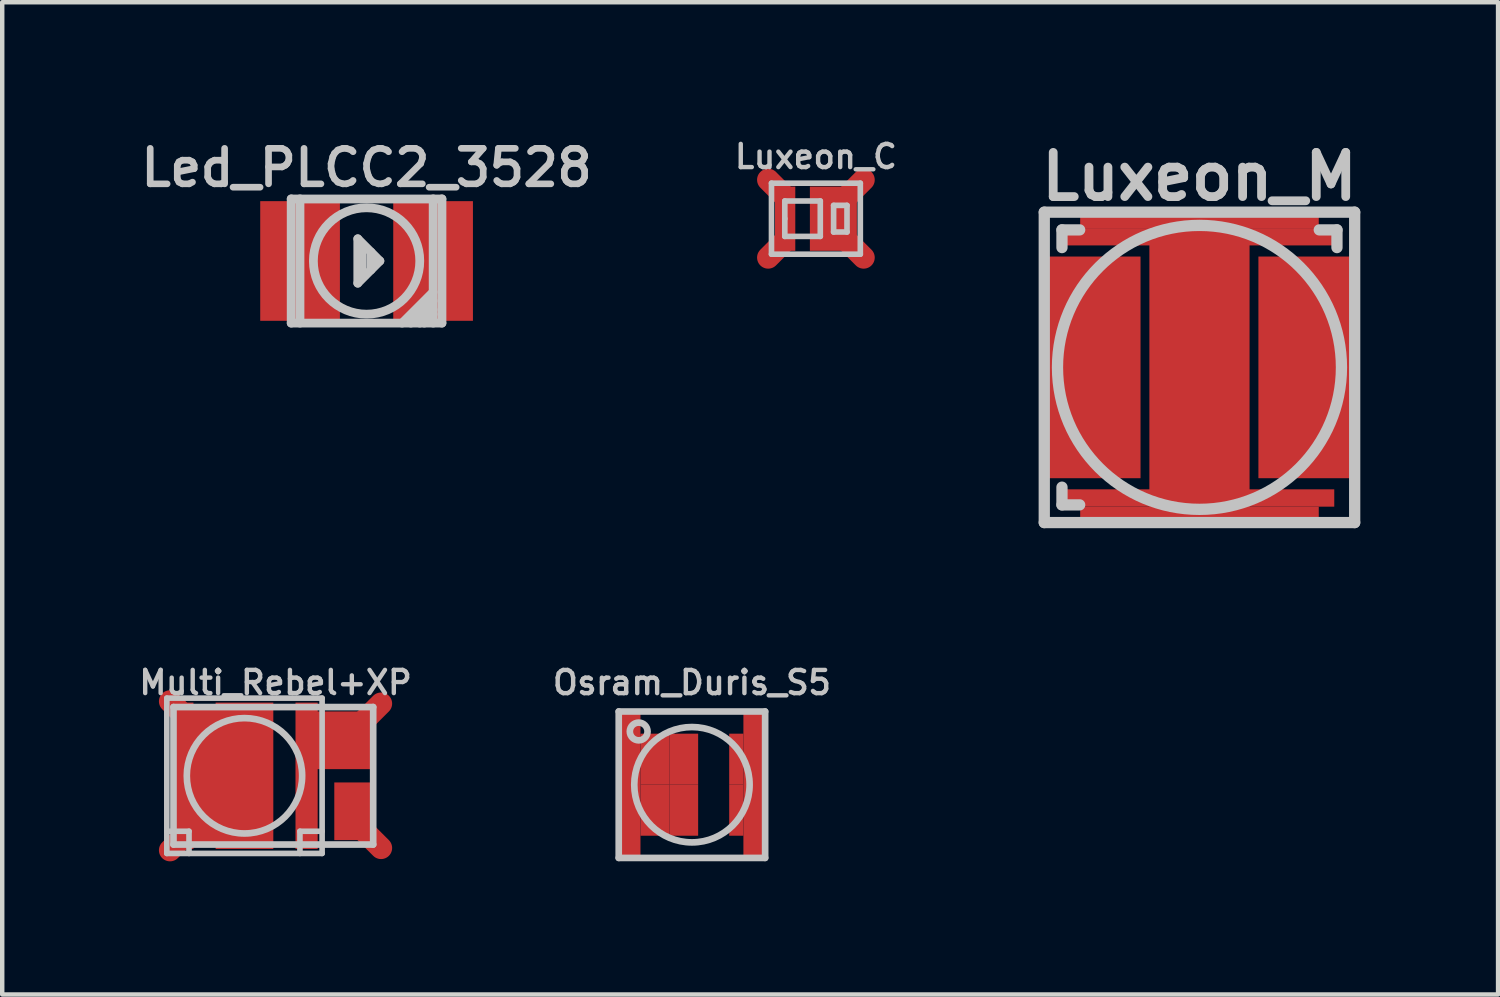
<source format=kicad_pcb>
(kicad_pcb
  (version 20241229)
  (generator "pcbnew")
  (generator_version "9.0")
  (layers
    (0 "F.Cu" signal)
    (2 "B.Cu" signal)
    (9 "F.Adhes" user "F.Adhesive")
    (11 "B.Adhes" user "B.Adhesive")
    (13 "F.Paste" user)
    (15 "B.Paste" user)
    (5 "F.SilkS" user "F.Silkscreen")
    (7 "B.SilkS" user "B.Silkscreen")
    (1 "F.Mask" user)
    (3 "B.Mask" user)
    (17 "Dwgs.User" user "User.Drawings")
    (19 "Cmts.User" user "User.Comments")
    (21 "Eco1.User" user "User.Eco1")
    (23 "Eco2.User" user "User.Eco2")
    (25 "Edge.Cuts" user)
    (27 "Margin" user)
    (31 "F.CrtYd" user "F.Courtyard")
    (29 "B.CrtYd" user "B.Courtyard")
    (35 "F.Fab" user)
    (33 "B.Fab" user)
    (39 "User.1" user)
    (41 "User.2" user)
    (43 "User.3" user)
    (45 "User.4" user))
  (footprint "Led_PLCC2_3528"
    (layer "F.Cu")
    (at 5.212 2.832)
    (property "Reference" "Led_PLCC2_3528" (at 0 -2.101 0) (layer "Dwgs.User") (effects (font (size 0.8 0.8) (thickness 0.15))))
    (attr through_hole)
    (fp_line (start -1.699 -1.4) (end -1.699 1.4) (stroke (width 0.198) (type solid)) (layer "Dwgs.User"))
    (fp_line (start -1.699 1.4) (end 1.699 1.4) (stroke (width 0.198) (type solid)) (layer "Dwgs.User"))
    (fp_line (start -1.501 -1.4) (end -1.501 1.4) (stroke (width 0.198) (type solid)) (layer "Dwgs.User"))
    (fp_line (start -0.198 -0.5) (end -0.198 0.5) (stroke (width 0.198) (type solid)) (layer "Dwgs.User"))
    (fp_line (start -0.198 0.5) (end 0.3 0) (stroke (width 0.198) (type solid)) (layer "Dwgs.User"))
    (fp_line (start -0.099 0.3) (end -0.099 -0.3) (stroke (width 0.198) (type solid)) (layer "Dwgs.User"))
    (fp_line (start 0.099 0.201) (end 0.099 -0.201) (stroke (width 0.198) (type solid)) (layer "Dwgs.User"))
    (fp_line (start 0.3 0) (end -0.198 -0.5) (stroke (width 0.198) (type solid)) (layer "Dwgs.User"))
    (fp_line (start 0.8 1.4) (end 1.499 0.701) (stroke (width 0.198) (type solid)) (layer "Dwgs.User"))
    (fp_line (start 0.998 1.4) (end 1.499 0.899) (stroke (width 0.198) (type solid)) (layer "Dwgs.User"))
    (fp_line (start 1.199 1.4) (end 1.499 1.1) (stroke (width 0.198) (type solid)) (layer "Dwgs.User"))
    (fp_line (start 1.499 1.199) (end 1.3 1.4) (stroke (width 0.198) (type solid)) (layer "Dwgs.User"))
    (fp_line (start 1.501 1.4) (end 1.501 -1.4) (stroke (width 0.198) (type solid)) (layer "Dwgs.User"))
    (fp_line (start 1.699 -1.397) (end -1.699 -1.397) (stroke (width 0.198) (type solid)) (layer "Dwgs.User"))
    (fp_line (start 1.699 1.4) (end 1.699 -1.4) (stroke (width 0.198) (type solid)) (layer "Dwgs.User"))
    (fp_circle (center 0 0) (end -1.199 0) (stroke (width 0.198) (type solid)) (fill no) (layer "Dwgs.User"))
    (pad "1" smd rect (at -1.499 0) (size 1.796 2.697) (layers "F.Cu" "F.Mask" "F.Paste"))
    (pad "2" smd rect (at 1.499 0) (size 1.796 2.697) (layers "F.Cu" "F.Mask" "F.Paste")))
  (footprint "Luxeon_M"
    (layer "F.Cu")
    (at 23.984 5.23)
    (property "Reference" "Luxeon_M" (at 0 -4.3 0) (layer "Dwgs.User") (effects (font (size 0.996 0.996) (thickness 0.198))))
    (attr through_hole)
    (fp_line (start -3.498 -3.498) (end 3.498 -3.498) (stroke (width 0.254) (type solid)) (layer "Dwgs.User"))
    (fp_line (start -3.498 3.498) (end -3.498 -3.498) (stroke (width 0.254) (type solid)) (layer "Dwgs.User"))
    (fp_line (start -3.099 -3.099) (end -2.7 -3.099) (stroke (width 0.254) (type solid)) (layer "Dwgs.User"))
    (fp_line (start -3.099 -2.7) (end -3.099 -3.099) (stroke (width 0.254) (type solid)) (layer "Dwgs.User"))
    (fp_line (start -3.099 3.099) (end -3.099 2.7) (stroke (width 0.254) (type solid)) (layer "Dwgs.User"))
    (fp_line (start -3.099 3.099) (end -2.7 3.099) (stroke (width 0.254) (type solid)) (layer "Dwgs.User"))
    (fp_line (start 3.099 -3.099) (end 2.7 -3.099) (stroke (width 0.254) (type solid)) (layer "Dwgs.User"))
    (fp_line (start 3.099 -3.099) (end 3.099 -2.7) (stroke (width 0.254) (type solid)) (layer "Dwgs.User"))
    (fp_line (start 3.498 -3.498) (end 3.498 3.498) (stroke (width 0.254) (type solid)) (layer "Dwgs.User"))
    (fp_line (start 3.498 3.498) (end -3.498 3.498) (stroke (width 0.254) (type solid)) (layer "Dwgs.User"))
    (fp_circle (center 0 0) (end -3.2 0) (stroke (width 0.254) (type solid)) (fill no) (layer "Dwgs.User"))
    (pad "" smd rect (at -1.603 0) (size 0.546 3.528) (layers "F.Mask" "F.Paste"))
    (pad "" smd rect (at 0 0) (size 2.258 3.528) (layers "F.Mask" "F.Paste"))
    (pad "" smd rect (at 1.603 0) (size 0.546 3.528) (layers "F.Mask" "F.Paste"))
    (pad "1" smd rect (at 2.413 0) (size 2.169 4.996) (layers "F.Cu"))
    (pad "2" smd rect (at -2.413 0) (size 2.169 4.996) (layers "F.Cu"))
    (pad "3" smd rect (at 0 -3.32) (size 5.377 0.361) (layers "F.Cu"))
    (pad "3" smd rect (at 0 -2.944) (size 6.076 0.391) (layers "F.Cu"))
    (pad "3" smd rect (at 0 0) (size 2.258 6.998) (layers "F.Cu"))
    (pad "3" smd rect (at 0 2.944) (size 6.076 0.391) (layers "F.Cu"))
    (pad "3" smd rect (at 0 3.32) (size 5.377 0.361) (layers "F.Cu")))
  (footprint "Multi_Rebel+XP"
    (layer "F.Cu")
    (at 2.46 14.435)
    (property "Reference" "Multi_Rebel+XP" (at 0.701 -2.101 0) (layer "Dwgs.User") (effects (font (size 0.523 0.523) (thickness 0.099))))
    (attr through_hole)
    (fp_line (start -1.75 -1.75) (end -1.75 1.75) (stroke (width 0.127) (type solid)) (layer "Dwgs.User"))
    (fp_line (start -1.75 1.25) (end -1.25 1.25) (stroke (width 0.127) (type solid)) (layer "Dwgs.User"))
    (fp_line (start -1.75 1.75) (end 1.75 1.75) (stroke (width 0.127) (type solid)) (layer "Dwgs.User"))
    (fp_line (start -1.6 -1.549) (end -1.6 1.549) (stroke (width 0.15) (type solid)) (layer "Dwgs.User"))
    (fp_line (start -1.6 1.549) (end 2.901 1.549) (stroke (width 0.15) (type solid)) (layer "Dwgs.User"))
    (fp_line (start -1.25 1.25) (end -1.25 1.75) (stroke (width 0.127) (type solid)) (layer "Dwgs.User"))
    (fp_line (start 1.25 1.25) (end 1.75 1.25) (stroke (width 0.127) (type solid)) (layer "Dwgs.User"))
    (fp_line (start 1.25 1.75) (end 1.25 1.25) (stroke (width 0.127) (type solid)) (layer "Dwgs.User"))
    (fp_line (start 1.75 -1.75) (end -1.75 -1.75) (stroke (width 0.127) (type solid)) (layer "Dwgs.User"))
    (fp_line (start 1.75 1.75) (end 1.75 -1.75) (stroke (width 0.127) (type solid)) (layer "Dwgs.User"))
    (fp_line (start 2.901 -1.549) (end -1.6 -1.549) (stroke (width 0.15) (type solid)) (layer "Dwgs.User"))
    (fp_line (start 2.901 1.549) (end 2.901 -1.549) (stroke (width 0.15) (type solid)) (layer "Dwgs.User"))
    (fp_circle (center 0 0) (end 0 -1.3) (stroke (width 0.15) (type solid)) (fill no) (layer "Dwgs.User"))
    (pad "1" smd rect (at 1.4 0) (size 0.5 3.299) (layers "F.Cu" "F.Mask" "F.Paste"))
    (pad "1" smd rect (at 2.273 -0.8) (size 1.3 1.3) (layers "F.Cu" "F.Mask" "F.Paste"))
    (pad "1" smd oval (at 2.901 -1.45 315) (size 0.5 1.001) (layers "F.Cu" "F.Mask"))
    (pad "2" smd oval (at -1.501 -1.501 45) (size 0.5 1.001) (layers "F.Cu" "F.Mask"))
    (pad "2" smd oval (at -1.501 1.501 315) (size 0.5 1.001) (layers "F.Cu" "F.Mask"))
    (pad "2" smd rect (at -1.4 0) (size 0.5 3.299) (layers "F.Cu" "F.Mask" "F.Paste"))
    (pad "2" smd rect (at -0.899 0) (size 0.599 3) (layers "F.Cu" "F.Mask" "F.Paste"))
    (pad "2" smd rect (at 0 0) (size 1.3 3.299) (layers "F.Cu" "F.Mask" "F.Paste"))
    (pad "2" smd rect (at 2.474 0.8) (size 0.899 1.3) (layers "F.Cu" "F.Mask" "F.Paste"))
    (pad "2" smd oval (at 2.901 1.45 45) (size 0.5 1.001) (layers "F.Cu" "F.Mask")))
  (footprint "Luxeon_C"
    (layer "F.Cu")
    (at 15.339 1.879)
    (property "Reference" "Luxeon_C" (at 0 -1.4 0) (layer "Dwgs.User") (effects (font (size 0.523 0.523) (thickness 0.099))))
    (attr through_hole)
    (fp_line (start -1.001 -0.8) (end 1.001 -0.8) (stroke (width 0.127) (type solid)) (layer "Dwgs.User"))
    (fp_line (start -1.001 0.8) (end -1.001 -0.8) (stroke (width 0.127) (type solid)) (layer "Dwgs.User"))
    (fp_line (start -0.701 -0.399) (end 0.099 -0.399) (stroke (width 0.127) (type solid)) (layer "Dwgs.User"))
    (fp_line (start -0.701 0) (end -0.701 -0.399) (stroke (width 0.127) (type solid)) (layer "Dwgs.User"))
    (fp_line (start -0.701 0.399) (end -0.701 0) (stroke (width 0.127) (type solid)) (layer "Dwgs.User"))
    (fp_line (start 0.099 -0.399) (end 0.099 0.399) (stroke (width 0.127) (type solid)) (layer "Dwgs.User"))
    (fp_line (start 0.099 0.399) (end -0.701 0.399) (stroke (width 0.127) (type solid)) (layer "Dwgs.User"))
    (fp_line (start 0.399 -0.3) (end 0.701 -0.3) (stroke (width 0.127) (type solid)) (layer "Dwgs.User"))
    (fp_line (start 0.399 0.3) (end 0.399 -0.3) (stroke (width 0.127) (type solid)) (layer "Dwgs.User"))
    (fp_line (start 0.701 -0.3) (end 0.701 0.3) (stroke (width 0.127) (type solid)) (layer "Dwgs.User"))
    (fp_line (start 0.701 0.3) (end 0.399 0.3) (stroke (width 0.127) (type solid)) (layer "Dwgs.User"))
    (fp_line (start 1.001 -0.8) (end 1.001 0.8) (stroke (width 0.127) (type solid)) (layer "Dwgs.User"))
    (fp_line (start 1.001 0.8) (end -1.001 0.8) (stroke (width 0.127) (type solid)) (layer "Dwgs.User"))
    (pad "1" smd rect (at 0.394 0) (size 1.059 1.448) (layers "F.Cu" "F.Mask" "F.Paste"))
    (pad "1" smd oval (at 0.899 -0.699 315) (size 0.5 1.001) (layers "F.Cu" "F.Mask"))
    (pad "1" smd oval (at 0.899 0.699 45) (size 0.5 1.001) (layers "F.Cu" "F.Mask"))
    (pad "2" smd oval (at -0.899 -0.699 45) (size 0.5 1.001) (layers "F.Cu" "F.Mask"))
    (pad "2" smd oval (at -0.899 0.699 315) (size 0.5 1.001) (layers "F.Cu" "F.Mask"))
    (pad "2" smd rect (at -0.693 0) (size 0.457 1.448) (layers "F.Cu" "F.Mask" "F.Paste")))
  (footprint "Osram_Duris_S5"
    (layer "F.Cu")
    (at 12.545 14.636)
    (property "Reference" "Osram_Duris_S5" (at 0 -2.301 0) (layer "Dwgs.User") (effects (font (size 0.523 0.523) (thickness 0.099))))
    (attr through_hole)
    (fp_line (start -1.65 -1.65) (end -1.65 1.65) (stroke (width 0.15) (type solid)) (layer "Dwgs.User"))
    (fp_line (start -1.65 1.65) (end 1.65 1.65) (stroke (width 0.15) (type solid)) (layer "Dwgs.User"))
    (fp_line (start 1.65 -1.65) (end -1.65 -1.65) (stroke (width 0.15) (type solid)) (layer "Dwgs.User"))
    (fp_line (start 1.65 1.65) (end 1.65 -1.65) (stroke (width 0.15) (type solid)) (layer "Dwgs.User"))
    (fp_circle (center -1.2 -1.2) (end -1.4 -1.2) (stroke (width 0.15) (type solid)) (fill no) (layer "Dwgs.User"))
    (fp_circle (center 0 0) (end -1.3 0) (stroke (width 0.15) (type solid)) (fill no) (layer "Dwgs.User"))
    (pad "1" smd rect (at 1 -0.575) (size 0.32 1.15) (layers "F.Cu" "F.Mask" "F.Paste"))
    (pad "1" smd rect (at 1 0.575) (size 0.32 1.15) (layers "F.Cu" "F.Mask" "F.Paste"))
    (pad "1" smd rect (at 1.405 0) (size 0.49 3.3) (layers "F.Cu"))
    (pad "2" smd rect (at -1.405 0) (size 0.49 3.3) (layers "F.Cu"))
    (pad "2" smd rect (at -0.835 -0.575) (size 0.65 1.15) (layers "F.Cu" "F.Mask" "F.Paste"))
    (pad "2" smd rect (at -0.835 0.575) (size 0.65 1.15) (layers "F.Cu" "F.Mask" "F.Paste"))
    (pad "2" smd rect (at -0.185 -0.575) (size 0.65 1.15) (layers "F.Cu" "F.Mask" "F.Paste"))
    (pad "2" smd rect (at -0.185 0.575) (size 0.65 1.15) (layers "F.Cu" "F.Mask" "F.Paste")))
  (gr_rect
    (start -3 -3)
    (end 30.714 19.364)
    (stroke (width 0.1) (type default))
    (fill no)
    (layer "Edge.Cuts")))
</source>
